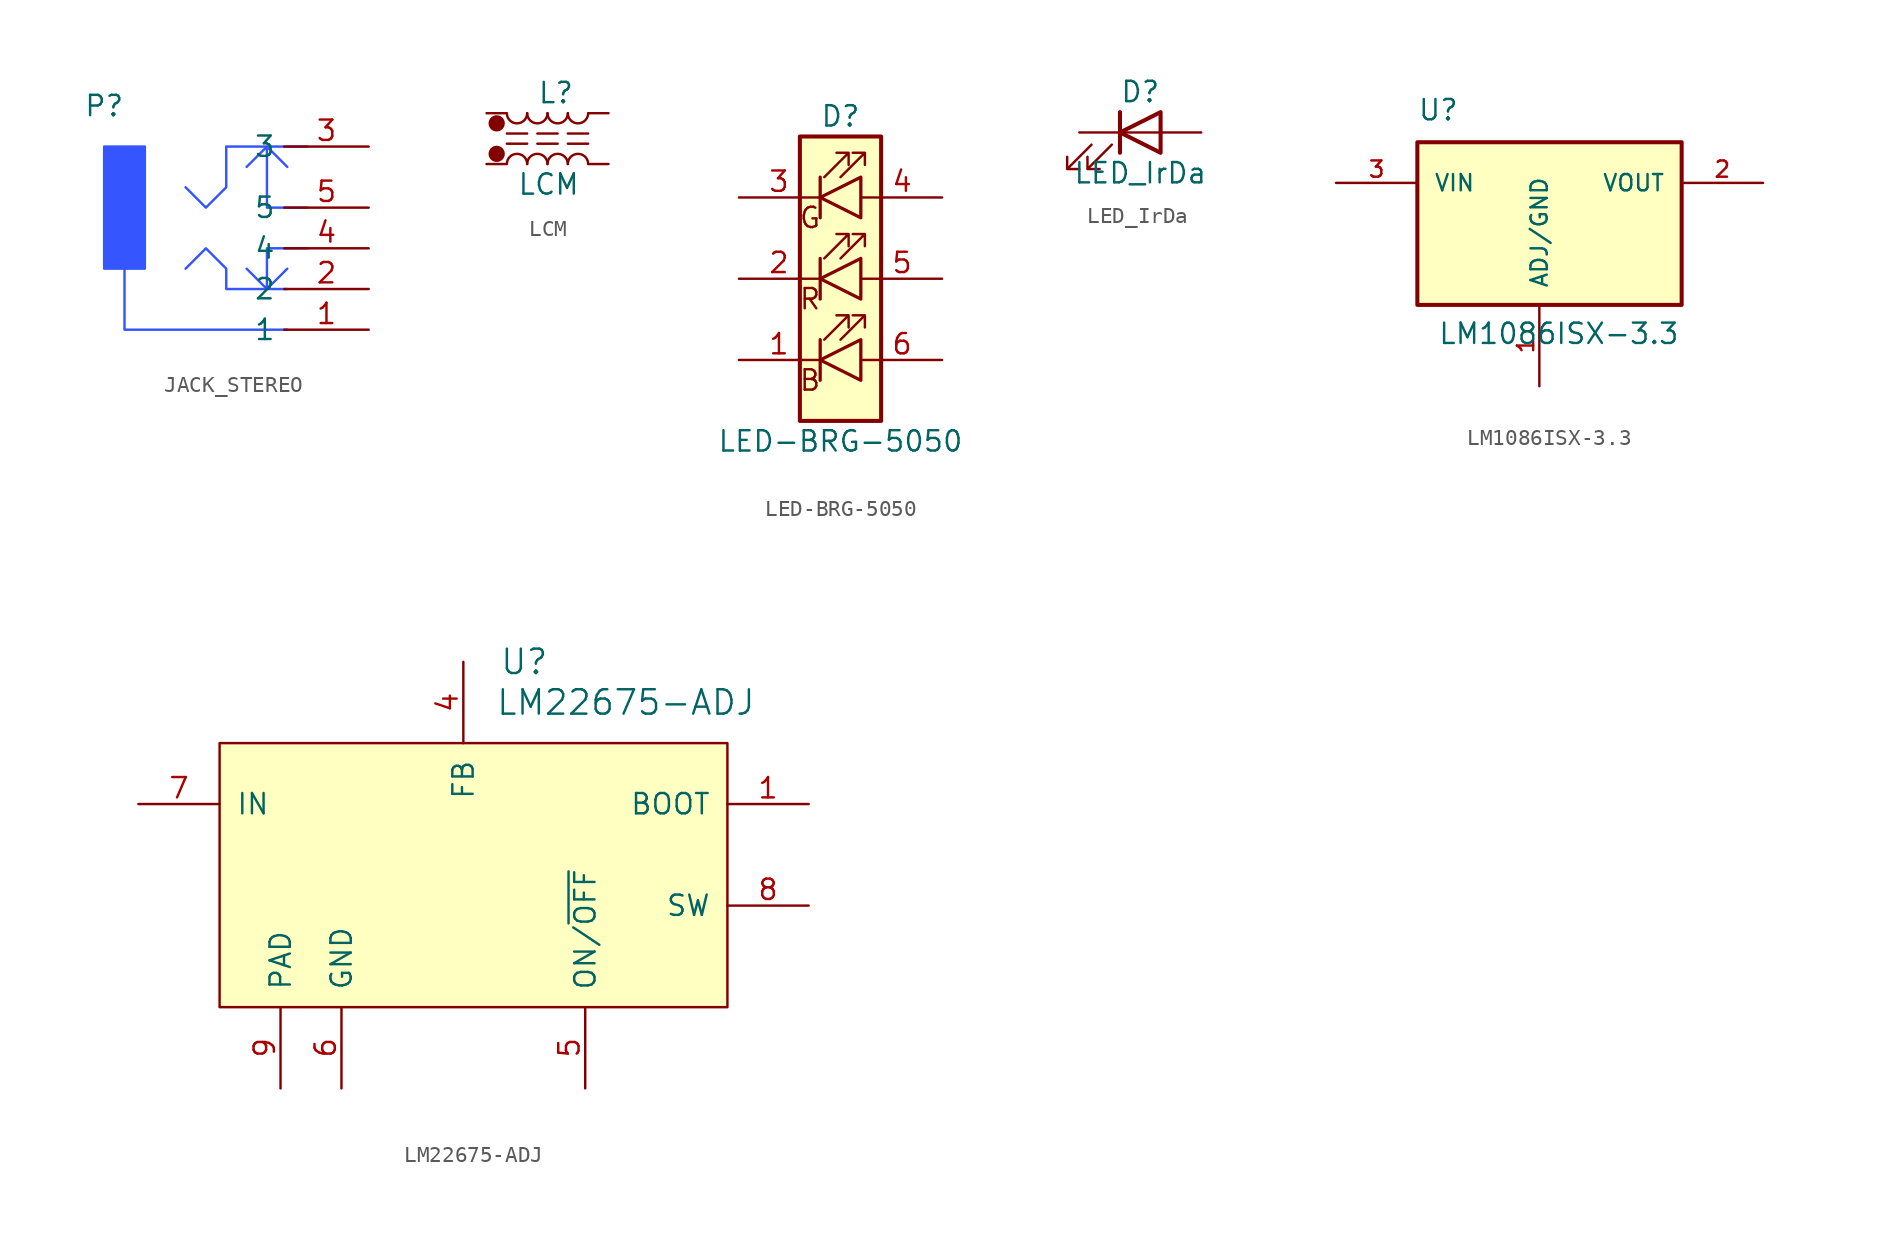
<source format=kicad_sym>
(kicad_symbol_lib
  (version 20220914)
  (generator kicad_symbol_editor)
  (symbol "JACK_STEREO"
    (property "Reference" "P"
      (at -8.89 7.62 0)
      (effects (font (size 1.27 1.27))))
    (property "Value" ""
      (at 0 1.27 0)
      (effects (font (size 1.27 1.27))))
    (symbol "JACK_STEREO_1_1"
      (rectangle (start -8.89 5.08) (end -6.35 -2.54) (stroke (width 0) (type default) (color 53 86 255 1)) (fill (type color) (color 53 86 255 1)))
      (polyline (pts (xy -7.62 -2.54) (xy -7.62 -6.35) (xy 2.54 -6.35)) (stroke (width 0) (type default) (color 53 86 255 1)) (fill (type none)))
      (polyline (pts (xy 2.54 -3.81) (xy -1.27 -3.81) (xy -1.27 -2.54) (xy -2.54 -1.27) (xy -3.81 -2.54)) (stroke (width 0) (type default) (color 53 86 255 1)) (fill (type none)))
      (polyline (pts (xy 3.81 5.08) (xy -1.27 5.08) (xy -1.27 2.54) (xy -2.54 1.27) (xy -3.81 2.54)) (stroke (width 0) (type default) (color 53 86 255 1)) (fill (type none)))
      (polyline (pts (xy 3.81 -1.27) (xy 1.27 -1.27) (xy 1.27 -3.81) (xy 0 -2.54) (xy 1.27 -3.81) (xy 2.54 -2.54)) (stroke (width 0) (type default) (color 53 86 255 1)) (fill (type none)))
      (polyline (pts (xy 3.81 1.27) (xy 1.27 1.27) (xy 1.27 3.81) (xy 1.27 5.08) (xy 0 3.81) (xy 1.27 5.08) (xy 2.54 3.81)) (stroke (width 0) (type default) (color 53 86 255 1)) (fill (type none)))
      (pin passive line (at 7.62 -6.35 180) (length 5.27) (name "1" (effects (font (size 1.27 1.27)))) (number "1" (effects (font (size 1.27 1.27)))))
      (pin passive line (at 7.62 -3.81 180) (length 5.27) (name "2" (effects (font (size 1.27 1.27)))) (number "2" (effects (font (size 1.27 1.27)))))
      (pin passive line (at 7.62 5.08 180) (length 5.27) (name "3" (effects (font (size 1.27 1.27)))) (number "3" (effects (font (size 1.27 1.27)))))
      (pin passive line (at 7.62 -1.27 180) (length 5.27) (name "4" (effects (font (size 1.27 1.27)))) (number "4" (effects (font (size 1.27 1.27)))))
      (pin passive line (at 7.62 1.27 180) (length 5.27) (name "5" (effects (font (size 1.27 1.27)))) (number "5" (effects (font (size 1.27 1.27)))))))
  (symbol "LCM"
    (pin_numbers hide)
    (pin_names
      (offset 0.254) hide)
    (property "Reference" "L"
      (at -0.635 2.54 0)
      (effects (font (size 1.27 1.27)) (justify left)))
    (property "Value" "LCM"
      (at -1.905 -3.175 0)
      (effects (font (size 1.27 1.27)) (justify left)))
    (symbol "LCM_0_1"
      (circle (center -3.175 -1.27) (radius 0.0001) (stroke (width 0.508) (type solid)) (fill (type none)))
      (circle (center -3.175 0.635) (radius 0.0001) (stroke (width 0.508) (type solid)) (fill (type none)))
      (arc (start -2.54 1.27) (mid -1.905 0.6377) (end -1.27 1.27) (stroke (width 0) (type solid)) (fill (type none)))
      (arc (start -1.27 -1.905) (mid -1.905 -1.2727) (end -2.54 -1.905) (stroke (width 0) (type solid)) (fill (type none)))
      (arc (start -1.27 1.27) (mid -0.635 0.6377) (end 0 1.27) (stroke (width 0) (type solid)) (fill (type none)))
      (arc (start 0 -1.905) (mid -0.635 -1.2727) (end -1.27 -1.905) (stroke (width 0) (type solid)) (fill (type none)))
      (polyline (pts (xy -2.54 -0.635) (xy -1.27 -0.635)) (stroke (width 0) (type solid)) (fill (type none)))
      (polyline (pts (xy -2.54 0) (xy -1.27 0)) (stroke (width 0) (type solid)) (fill (type none)))
      (arc (start 0 1.27) (mid 0.635 0.6377) (end 1.27 1.27) (stroke (width 0) (type solid)) (fill (type none)))
      (arc (start 1.27 -1.905) (mid 0.635 -1.2727) (end 0 -1.905) (stroke (width 0) (type solid)) (fill (type none))))
    (symbol "LCM_1_1"
      (polyline (pts (xy 0.635 -0.635) (xy -0.635 -0.635)) (stroke (width 0) (type solid)) (fill (type none)))
      (polyline (pts (xy 0.635 0) (xy -0.635 0)) (stroke (width 0) (type solid)) (fill (type none)))
      (polyline (pts (xy 2.54 -0.635) (xy 1.27 -0.635)) (stroke (width 0) (type solid)) (fill (type none)))
      (polyline (pts (xy 2.54 0) (xy 1.27 0)) (stroke (width 0) (type solid)) (fill (type none)))
      (arc (start 1.27 1.27) (mid 1.905 0.6377) (end 2.54 1.27) (stroke (width 0) (type solid)) (fill (type none)))
      (arc (start 2.54 -1.905) (mid 1.905 -1.2727) (end 1.27 -1.905) (stroke (width 0) (type solid)) (fill (type none)))
      (pin input line (at -3.81 -1.905 0) (length 1.245) (name "1" (effects (font (size 1.27 1.27)))) (number "1" (effects (font (size 1.27 1.27)))))
      (pin input line (at -3.81 1.27 0) (length 1.245) (name "2" (effects (font (size 1.27 1.27)))) (number "2" (effects (font (size 1.27 1.27)))))
      (pin input line (at 3.81 1.27 180) (length 1.245) (name "3" (effects (font (size 1.27 1.27)))) (number "3" (effects (font (size 1.27 1.27)))))
      (pin input line (at 3.81 -1.905 180) (length 1.245) (name "4" (effects (font (size 1.27 1.27)))) (number "4" (effects (font (size 1.27 1.27)))))))
  (symbol "LED-BRG-5050"
    (pin_names
      (offset 1.016))
    (property "Reference" "D"
      (at 0 10.16 0)
      (effects (font (size 1.27 1.27))))
    (property "Value" "LED-BRG-5050"
      (at 0 -10.16 0)
      (effects (font (size 1.27 1.27))))
    (symbol "LED-BRG-5050_1_0"
      (text "B" (at -1.905 -6.35 0) (effects (font (size 1.27 1.27))))
      (text "G" (at -1.905 3.81 0) (effects (font (size 1.27 1.27))))
      (text "R" (at -1.905 -1.27 0) (effects (font (size 1.27 1.27)))))
    (symbol "LED-BRG-5050_1_1"
      (rectangle (start -2.54 -8.89) (end 2.54 8.89) (stroke (width 0.254) (type solid)) (fill (type background)))
      (polyline (pts (xy -1.27 -3.81) (xy -1.27 -6.35)) (stroke (width 0.203) (type solid)) (fill (type none)))
      (polyline (pts (xy -1.27 1.27) (xy -1.27 -1.27)) (stroke (width 0.203) (type solid)) (fill (type none)))
      (polyline (pts (xy -1.27 6.35) (xy -1.27 3.81)) (stroke (width 0.203) (type solid)) (fill (type none)))
      (polyline (pts (xy 1.27 -3.81) (xy 1.27 -6.35) (xy -1.27 -5.08) (xy 1.27 -3.81)) (stroke (width 0.203) (type solid)) (fill (type none)))
      (polyline (pts (xy 1.27 1.27) (xy 1.27 -1.27) (xy -1.27 0) (xy 1.27 1.27)) (stroke (width 0.203) (type solid)) (fill (type none)))
      (polyline (pts (xy 1.27 6.35) (xy 1.27 3.81) (xy -1.27 5.08) (xy 1.27 6.35)) (stroke (width 0.203) (type solid)) (fill (type none)))
      (polyline (pts (xy -1.016 -3.81) (xy 0.508 -2.286) (xy -0.254 -2.286) (xy 0.508 -2.286) (xy 0.508 -3.048)) (stroke (width 0) (type solid)) (fill (type none)))
      (polyline (pts (xy -1.016 1.27) (xy 0.508 2.794) (xy -0.254 2.794) (xy 0.508 2.794) (xy 0.508 2.032)) (stroke (width 0) (type solid)) (fill (type none)))
      (polyline (pts (xy -1.016 6.35) (xy 0.508 7.874) (xy -0.254 7.874) (xy 0.508 7.874) (xy 0.508 7.112)) (stroke (width 0) (type solid)) (fill (type none)))
      (polyline (pts (xy 0 -3.81) (xy 1.524 -2.286) (xy 0.762 -2.286) (xy 1.524 -2.286) (xy 1.524 -3.048)) (stroke (width 0) (type solid)) (fill (type none)))
      (polyline (pts (xy 0 1.27) (xy 1.524 2.794) (xy 0.762 2.794) (xy 1.524 2.794) (xy 1.524 2.032)) (stroke (width 0) (type solid)) (fill (type none)))
      (polyline (pts (xy 0 6.35) (xy 1.524 7.874) (xy 0.762 7.874) (xy 1.524 7.874) (xy 1.524 7.112)) (stroke (width 0) (type solid)) (fill (type none)))
      (rectangle (start 1.27 6.35) (end 1.27 6.35) (stroke (width 0) (type solid)) (fill (type none)))
      (pin passive line (at -6.35 -5.08 0) (length 5.004) (name "~" (effects (font (size 1.27 1.27)))) (number "1" (effects (font (size 1.27 1.27)))))
      (pin passive line (at -6.35 0 0) (length 5.004) (name "~" (effects (font (size 1.27 1.27)))) (number "2" (effects (font (size 1.27 1.27)))))
      (pin passive line (at -6.35 5.08 0) (length 5.004) (name "~" (effects (font (size 1.27 1.27)))) (number "3" (effects (font (size 1.27 1.27)))))
      (pin power_in line (at 6.35 5.08 180) (length 5.004) (name "~" (effects (font (size 1.27 1.27)))) (number "4" (effects (font (size 1.27 1.27)))))
      (pin power_in line (at 6.35 0 180) (length 5.004) (name "~" (effects (font (size 1.27 1.27)))) (number "5" (effects (font (size 1.27 1.27)))))
      (pin power_in line (at 6.35 -5.08 180) (length 5.004) (name "~" (effects (font (size 1.27 1.27)))) (number "6" (effects (font (size 1.27 1.27)))))))
  (symbol "LED_IrDa"
    (pin_numbers hide)
    (pin_names
      (offset 1.016) hide)
    (property "Reference" "D"
      (at 0 2.54 0)
      (effects (font (size 1.27 1.27))))
    (property "Value" "LED_IrDa"
      (at 0 -2.54 0)
      (effects (font (size 1.27 1.27))))
    (symbol "LED_IrDa_0_1"
      (polyline (pts (xy -1.27 -1.27) (xy -1.27 1.27)) (stroke (width 0.254) (type solid)) (fill (type none)))
      (polyline (pts (xy -1.27 0) (xy 1.27 0)) (stroke (width 0) (type solid)) (fill (type none)))
      (polyline (pts (xy 1.27 -1.27) (xy 1.27 1.27) (xy -1.27 0) (xy 1.27 -1.27)) (stroke (width 0.254) (type solid)) (fill (type none)))
      (polyline (pts (xy -3.048 -0.762) (xy -4.572 -2.286) (xy -3.81 -2.286) (xy -4.572 -2.286) (xy -4.572 -1.524)) (stroke (width 0) (type solid)) (fill (type none)))
      (polyline (pts (xy -1.778 -0.762) (xy -3.302 -2.286) (xy -2.54 -2.286) (xy -3.302 -2.286) (xy -3.302 -1.524)) (stroke (width 0) (type solid)) (fill (type none))))
    (symbol "LED_IrDa_1_1"
      (pin passive line (at -3.81 0 0) (length 2.54) (name "K" (effects (font (size 1.27 1.27)))) (number "1" (effects (font (size 1.27 1.27)))))
      (pin passive line (at 3.81 0 180) (length 2.54) (name "A" (effects (font (size 1.27 1.27)))) (number "2" (effects (font (size 1.27 1.27)))))))
  (symbol "LM1086ISX-3.3"
    (pin_names
      (offset 1.016))
    (property "Reference" "U"
      (at -7.62 3.81 0)
      (effects (font (size 1.27 1.27)) (justify left bottom)))
    (property "Value" "LM1086ISX-3.3"
      (at -6.35 -10.16 0)
      (effects (font (size 1.27 1.27)) (justify left bottom)))
    (symbol "LM1086ISX-3.3_0_0"
      (rectangle (start -7.62 2.54) (end 8.89 -7.62) (stroke (width 0.254) (type solid)) (fill (type background)))
      (pin passive line (at 0 -12.7 90) (length 5.08) (name "ADJ/GND" (effects (font (size 1.016 1.016)))) (number "1" (effects (font (size 1.016 1.016)))))
      (pin output line (at 13.97 0 180) (length 5.08) (name "VOUT" (effects (font (size 1.016 1.016)))) (number "2" (effects (font (size 1.016 1.016)))))
      (pin input line (at -12.7 0 0) (length 5.08) (name "VIN" (effects (font (size 1.016 1.016)))) (number "3" (effects (font (size 1.016 1.016)))))
      (pin output line (at 13.97 0 180) (length 5.08) hide (name "VOUT" (effects (font (size 1.016 1.016)))) (number "4" (effects (font (size 1.016 1.016)))))))
  (symbol "LM22675-ADJ"
    (pin_names
      (offset 1.016))
    (property "Reference" "U"
      (at 3.81 15.24 0)
      (effects (font (size 1.524 1.524))))
    (property "Value" "LM22675-ADJ"
      (at 10.16 12.7 0)
      (effects (font (size 1.524 1.524))))
    (property "Footprint" ""
      (at 0 0 0)
      (effects (font (size 1.524 1.524))))
    (property "Datasheet" ""
      (at 0 0 0)
      (effects (font (size 1.524 1.524))))
    (symbol "LM22675-ADJ_0_1"
      (rectangle (start -15.24 10.16) (end 16.51 -6.35) (stroke (width 0) (type solid)) (fill (type background))))
    (symbol "LM22675-ADJ_1_1"
      (pin passive line (at 21.59 6.35 180) (length 5.08) (name "BOOT" (effects (font (size 1.27 1.27)))) (number "1" (effects (font (size 1.27 1.27)))))
      (pin passive line (at 0 15.24 270) (length 5.08) (name "FB" (effects (font (size 1.27 1.27)))) (number "4" (effects (font (size 1.27 1.27)))))
      (pin passive line (at 7.62 -11.43 90) (length 5.08) (name "ON/~{OFF}" (effects (font (size 1.27 1.27)))) (number "5" (effects (font (size 1.27 1.27)))))
      (pin passive line (at -7.62 -11.43 90) (length 5.08) (name "GND" (effects (font (size 1.27 1.27)))) (number "6" (effects (font (size 1.27 1.27)))))
      (pin power_in line (at -20.32 6.35 0) (length 5.08) (name "IN" (effects (font (size 1.27 1.27)))) (number "7" (effects (font (size 1.27 1.27)))))
      (pin passive line (at 21.59 0 180) (length 5.08) (name "SW" (effects (font (size 1.27 1.27)))) (number "8" (effects (font (size 1.27 1.27)))))
      (pin passive line (at -11.43 -11.43 90) (length 5.08) (name "PAD" (effects (font (size 1.27 1.27)))) (number "9" (effects (font (size 1.27 1.27))))))))
</source>
